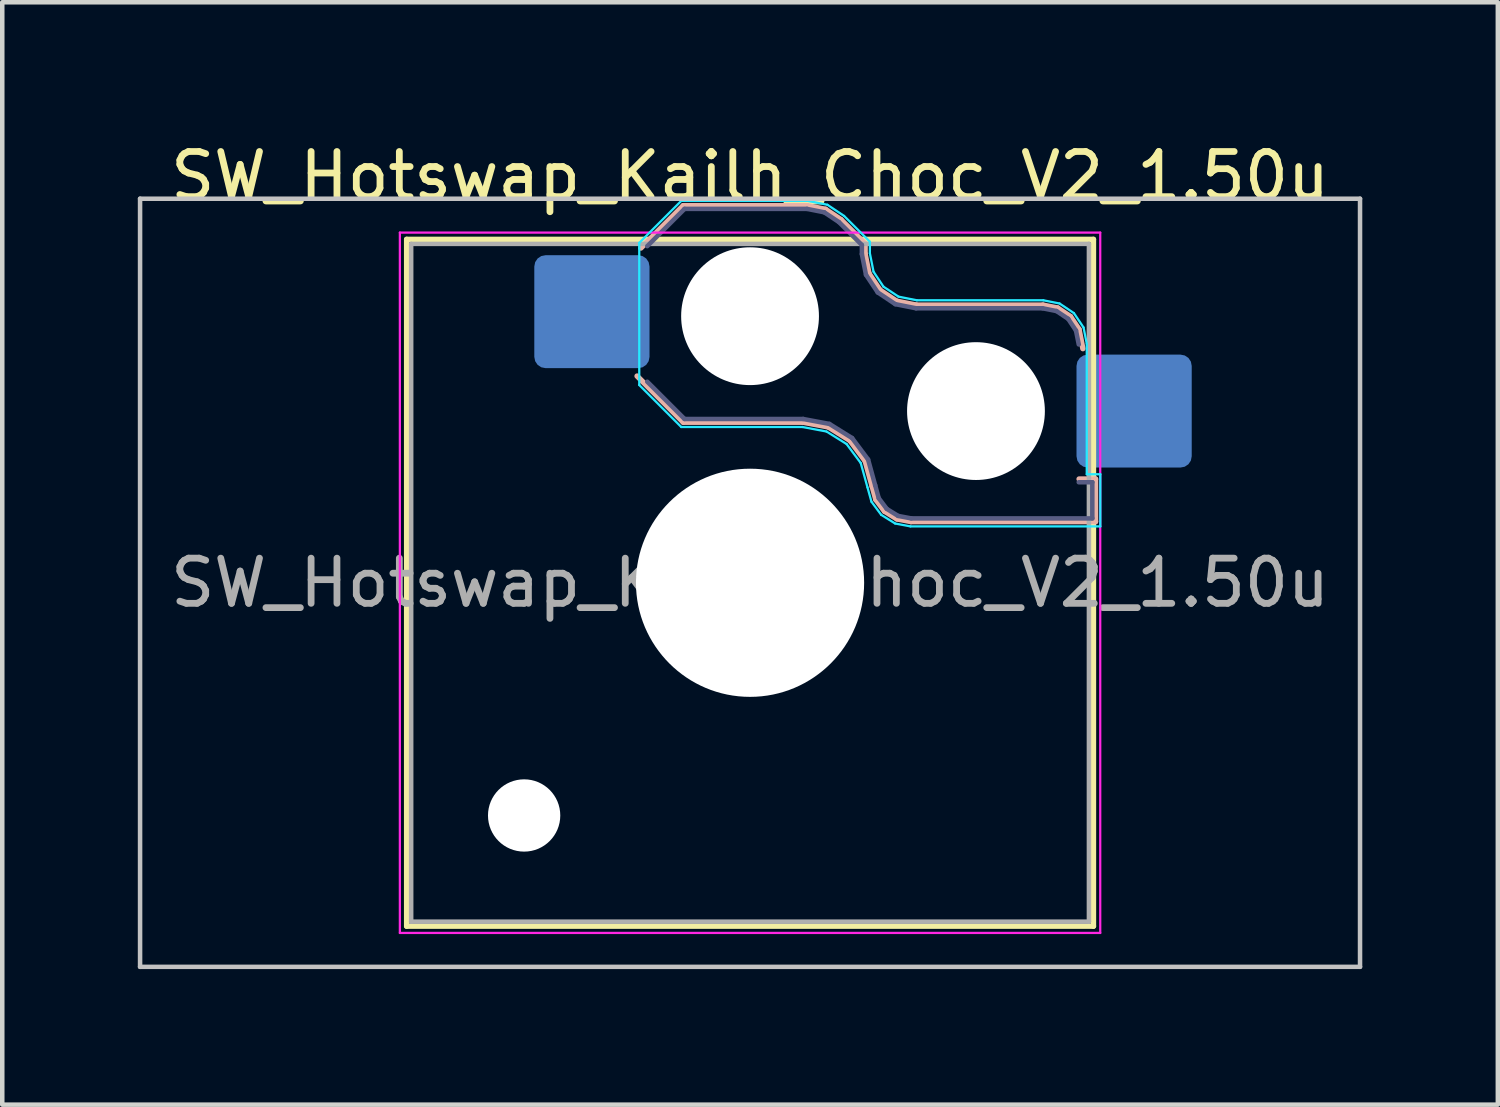
<source format=kicad_pcb>
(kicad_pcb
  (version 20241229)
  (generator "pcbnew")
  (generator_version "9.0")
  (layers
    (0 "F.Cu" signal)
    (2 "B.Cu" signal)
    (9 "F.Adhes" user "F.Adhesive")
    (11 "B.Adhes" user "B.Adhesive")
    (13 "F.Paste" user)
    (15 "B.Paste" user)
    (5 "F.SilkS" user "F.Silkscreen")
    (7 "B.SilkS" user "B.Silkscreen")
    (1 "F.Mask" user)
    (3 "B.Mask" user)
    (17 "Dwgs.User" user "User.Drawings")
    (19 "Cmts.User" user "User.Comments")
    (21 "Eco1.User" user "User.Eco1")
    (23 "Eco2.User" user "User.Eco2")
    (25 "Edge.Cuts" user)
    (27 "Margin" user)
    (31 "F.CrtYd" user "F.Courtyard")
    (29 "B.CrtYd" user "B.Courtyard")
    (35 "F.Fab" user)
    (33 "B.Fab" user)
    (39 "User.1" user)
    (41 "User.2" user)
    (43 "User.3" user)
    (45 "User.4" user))
  (footprint "SW_Hotswap_Kailh_Choc_V2_1.50u"
    (layer "F.Cu")
    (at 13.55 9.848)
    (property "Reference" "SW_Hotswap_Kailh_Choc_V2_1.50u" (at 0 -9 0) (layer "F.SilkS") (effects (font (size 1 1) (thickness 0.15))))
    (attr smd)
    (fp_line (start -7.6 -7.6) (end -7.6 7.6) (stroke (width 0.12) (type solid)) (layer "F.SilkS"))
    (fp_line (start -7.6 7.6) (end 7.6 7.6) (stroke (width 0.12) (type solid)) (layer "F.SilkS"))
    (fp_line (start 7.6 -7.6) (end -7.6 -7.6) (stroke (width 0.12) (type solid)) (layer "F.SilkS"))
    (fp_line (start 7.6 7.6) (end 7.6 -7.6) (stroke (width 0.12) (type solid)) (layer "F.SilkS"))
    (fp_line (start -2.416 -7.409) (end -1.479 -8.346) (stroke (width 0.12) (type solid)) (layer "B.SilkS"))
    (fp_line (start -1.479 -8.346) (end 1.268 -8.346) (stroke (width 0.12) (type solid)) (layer "B.SilkS"))
    (fp_line (start -1.479 -3.554) (end -2.5 -4.575) (stroke (width 0.12) (type solid)) (layer "B.SilkS"))
    (fp_line (start 1.168 -3.554) (end -1.479 -3.554) (stroke (width 0.12) (type solid)) (layer "B.SilkS"))
    (fp_line (start 1.268 -8.346) (end 1.671 -8.266) (stroke (width 0.12) (type solid)) (layer "B.SilkS"))
    (fp_line (start 1.671 -8.266) (end 2.013 -8.037) (stroke (width 0.12) (type solid)) (layer "B.SilkS"))
    (fp_line (start 1.73 -3.449) (end 1.168 -3.554) (stroke (width 0.12) (type solid)) (layer "B.SilkS"))
    (fp_line (start 2.013 -8.037) (end 2.546 -7.504) (stroke (width 0.12) (type solid)) (layer "B.SilkS"))
    (fp_line (start 2.209 -3.15) (end 1.73 -3.449) (stroke (width 0.12) (type solid)) (layer "B.SilkS"))
    (fp_line (start 2.546 -7.504) (end 2.546 -7.282) (stroke (width 0.12) (type solid)) (layer "B.SilkS"))
    (fp_line (start 2.546 -7.282) (end 2.633 -6.844) (stroke (width 0.12) (type solid)) (layer "B.SilkS"))
    (fp_line (start 2.547 -2.697) (end 2.209 -3.15) (stroke (width 0.12) (type solid)) (layer "B.SilkS"))
    (fp_line (start 2.633 -6.844) (end 2.877 -6.477) (stroke (width 0.12) (type solid)) (layer "B.SilkS"))
    (fp_line (start 2.701 -2.139) (end 2.547 -2.697) (stroke (width 0.12) (type solid)) (layer "B.SilkS"))
    (fp_line (start 2.783 -1.841) (end 2.701 -2.139) (stroke (width 0.12) (type solid)) (layer "B.SilkS"))
    (fp_line (start 2.877 -6.477) (end 3.244 -6.233) (stroke (width 0.12) (type solid)) (layer "B.SilkS"))
    (fp_line (start 2.976 -1.583) (end 2.783 -1.841) (stroke (width 0.12) (type solid)) (layer "B.SilkS"))
    (fp_line (start 3.244 -6.233) (end 3.682 -6.146) (stroke (width 0.12) (type solid)) (layer "B.SilkS"))
    (fp_line (start 3.25 -1.413) (end 2.976 -1.583) (stroke (width 0.12) (type solid)) (layer "B.SilkS"))
    (fp_line (start 3.56 -1.354) (end 3.25 -1.413) (stroke (width 0.12) (type solid)) (layer "B.SilkS"))
    (fp_line (start 3.682 -6.146) (end 6.482 -6.146) (stroke (width 0.12) (type solid)) (layer "B.SilkS"))
    (fp_line (start 6.482 -6.146) (end 6.809 -6.081) (stroke (width 0.12) (type solid)) (layer "B.SilkS"))
    (fp_line (start 6.809 -6.081) (end 7.092 -5.892) (stroke (width 0.12) (type solid)) (layer "B.SilkS"))
    (fp_line (start 7.092 -5.892) (end 7.281 -5.609) (stroke (width 0.12) (type solid)) (layer "B.SilkS"))
    (fp_line (start 7.281 -5.609) (end 7.366 -5.182) (stroke (width 0.12) (type solid)) (layer "B.SilkS"))
    (fp_line (start 7.283 -2.296) (end 7.646 -2.296) (stroke (width 0.12) (type solid)) (layer "B.SilkS"))
    (fp_line (start 7.646 -2.296) (end 7.646 -1.354) (stroke (width 0.12) (type solid)) (layer "B.SilkS"))
    (fp_line (start 7.646 -1.354) (end 3.56 -1.354) (stroke (width 0.12) (type solid)) (layer "B.SilkS"))
    (fp_line (start -13.5 -8.5) (end -13.5 8.5) (stroke (width 0.1) (type solid)) (layer "Dwgs.User"))
    (fp_line (start -13.5 8.5) (end 13.5 8.5) (stroke (width 0.1) (type solid)) (layer "Dwgs.User"))
    (fp_line (start 13.5 -8.5) (end -13.5 -8.5) (stroke (width 0.1) (type solid)) (layer "Dwgs.User"))
    (fp_line (start 13.5 8.5) (end 13.5 -8.5) (stroke (width 0.1) (type solid)) (layer "Dwgs.User"))
    (fp_line (start -7.25 -7.25) (end -7.25 7.25) (stroke (width 0.1) (type solid)) (layer "Eco1.User"))
    (fp_line (start -7.25 7.25) (end 7.25 7.25) (stroke (width 0.1) (type solid)) (layer "Eco1.User"))
    (fp_line (start 7.25 -7.25) (end -7.25 -7.25) (stroke (width 0.1) (type solid)) (layer "Eco1.User"))
    (fp_line (start 7.25 7.25) (end 7.25 -7.25) (stroke (width 0.1) (type solid)) (layer "Eco1.User"))
    (fp_line (start -2.452 -7.523) (end -1.523 -8.452) (stroke (width 0.05) (type solid)) (layer "B.CrtYd"))
    (fp_line (start -2.452 -4.377) (end -2.452 -7.523) (stroke (width 0.05) (type solid)) (layer "B.CrtYd"))
    (fp_line (start -1.523 -8.452) (end 1.278 -8.452) (stroke (width 0.05) (type solid)) (layer "B.CrtYd"))
    (fp_line (start -1.523 -3.448) (end -2.452 -4.377) (stroke (width 0.05) (type solid)) (layer "B.CrtYd"))
    (fp_line (start 1.159 -3.448) (end -1.523 -3.448) (stroke (width 0.05) (type solid)) (layer "B.CrtYd"))
    (fp_line (start 1.278 -8.452) (end 1.712 -8.366) (stroke (width 0.05) (type solid)) (layer "B.CrtYd"))
    (fp_line (start 1.691 -3.348) (end 1.159 -3.448) (stroke (width 0.05) (type solid)) (layer "B.CrtYd"))
    (fp_line (start 1.712 -8.366) (end 2.081 -8.119) (stroke (width 0.05) (type solid)) (layer "B.CrtYd"))
    (fp_line (start 2.081 -8.119) (end 2.652 -7.548) (stroke (width 0.05) (type solid)) (layer "B.CrtYd"))
    (fp_line (start 2.136 -3.071) (end 1.691 -3.348) (stroke (width 0.05) (type solid)) (layer "B.CrtYd"))
    (fp_line (start 2.45 -2.65) (end 2.136 -3.071) (stroke (width 0.05) (type solid)) (layer "B.CrtYd"))
    (fp_line (start 2.599 -2.111) (end 2.45 -2.65) (stroke (width 0.05) (type solid)) (layer "B.CrtYd"))
    (fp_line (start 2.652 -7.548) (end 2.652 -7.292) (stroke (width 0.05) (type solid)) (layer "B.CrtYd"))
    (fp_line (start 2.652 -7.292) (end 2.733 -6.885) (stroke (width 0.05) (type solid)) (layer "B.CrtYd"))
    (fp_line (start 2.687 -1.794) (end 2.599 -2.111) (stroke (width 0.05) (type solid)) (layer "B.CrtYd"))
    (fp_line (start 2.733 -6.885) (end 2.953 -6.553) (stroke (width 0.05) (type solid)) (layer "B.CrtYd"))
    (fp_line (start 2.903 -1.503) (end 2.687 -1.794) (stroke (width 0.05) (type solid)) (layer "B.CrtYd"))
    (fp_line (start 2.953 -6.553) (end 3.285 -6.333) (stroke (width 0.05) (type solid)) (layer "B.CrtYd"))
    (fp_line (start 3.211 -1.312) (end 2.903 -1.503) (stroke (width 0.05) (type solid)) (layer "B.CrtYd"))
    (fp_line (start 3.285 -6.333) (end 3.692 -6.252) (stroke (width 0.05) (type solid)) (layer "B.CrtYd"))
    (fp_line (start 3.55 -1.248) (end 3.211 -1.312) (stroke (width 0.05) (type solid)) (layer "B.CrtYd"))
    (fp_line (start 3.692 -6.252) (end 6.492 -6.252) (stroke (width 0.05) (type solid)) (layer "B.CrtYd"))
    (fp_line (start 6.492 -6.252) (end 6.85 -6.181) (stroke (width 0.05) (type solid)) (layer "B.CrtYd"))
    (fp_line (start 6.85 -6.181) (end 7.168 -5.968) (stroke (width 0.05) (type solid)) (layer "B.CrtYd"))
    (fp_line (start 7.168 -5.968) (end 7.381 -5.65) (stroke (width 0.05) (type solid)) (layer "B.CrtYd"))
    (fp_line (start 7.381 -5.65) (end 7.452 -5.292) (stroke (width 0.05) (type solid)) (layer "B.CrtYd"))
    (fp_line (start 7.452 -5.292) (end 7.452 -2.402) (stroke (width 0.05) (type solid)) (layer "B.CrtYd"))
    (fp_line (start 7.452 -2.402) (end 7.752 -2.402) (stroke (width 0.05) (type solid)) (layer "B.CrtYd"))
    (fp_line (start 7.752 -2.402) (end 7.752 -1.248) (stroke (width 0.05) (type solid)) (layer "B.CrtYd"))
    (fp_line (start 7.752 -1.248) (end 3.55 -1.248) (stroke (width 0.05) (type solid)) (layer "B.CrtYd"))
    (fp_line (start -7.75 -7.75) (end -7.75 7.75) (stroke (width 0.05) (type solid)) (layer "F.CrtYd"))
    (fp_line (start -7.75 7.75) (end 7.75 7.75) (stroke (width 0.05) (type solid)) (layer "F.CrtYd"))
    (fp_line (start 7.75 -7.75) (end -7.75 -7.75) (stroke (width 0.05) (type solid)) (layer "F.CrtYd"))
    (fp_line (start 7.75 7.75) (end 7.75 -7.75) (stroke (width 0.05) (type solid)) (layer "F.CrtYd"))
    (fp_line (start -2.275 -7.45) (end -1.45 -8.275) (stroke (width 0.1) (type solid)) (layer "B.Fab"))
    (fp_line (start -1.45 -8.275) (end 1.261 -8.275) (stroke (width 0.1) (type solid)) (layer "B.Fab"))
    (fp_line (start -1.45 -3.625) (end -2.275 -4.45) (stroke (width 0.1) (type solid)) (layer "B.Fab"))
    (fp_line (start 1.175 -3.625) (end -1.45 -3.625) (stroke (width 0.1) (type solid)) (layer "B.Fab"))
    (fp_line (start 1.261 -8.275) (end 1.643 -8.199) (stroke (width 0.1) (type solid)) (layer "B.Fab"))
    (fp_line (start 1.643 -8.199) (end 1.968 -7.982) (stroke (width 0.1) (type solid)) (layer "B.Fab"))
    (fp_line (start 1.756 -3.516) (end 1.175 -3.625) (stroke (width 0.1) (type solid)) (layer "B.Fab"))
    (fp_line (start 1.968 -7.982) (end 2.475 -7.475) (stroke (width 0.1) (type solid)) (layer "B.Fab"))
    (fp_line (start 2.258 -3.203) (end 1.756 -3.516) (stroke (width 0.1) (type solid)) (layer "B.Fab"))
    (fp_line (start 2.475 -7.475) (end 2.475 -7.275) (stroke (width 0.1) (type solid)) (layer "B.Fab"))
    (fp_line (start 2.475 -7.275) (end 2.566 -6.816) (stroke (width 0.1) (type solid)) (layer "B.Fab"))
    (fp_line (start 2.566 -6.816) (end 2.826 -6.426) (stroke (width 0.1) (type solid)) (layer "B.Fab"))
    (fp_line (start 2.612 -2.729) (end 2.258 -3.203) (stroke (width 0.1) (type solid)) (layer "B.Fab"))
    (fp_line (start 2.769 -2.158) (end 2.612 -2.729) (stroke (width 0.1) (type solid)) (layer "B.Fab"))
    (fp_line (start 2.826 -6.426) (end 3.216 -6.166) (stroke (width 0.1) (type solid)) (layer "B.Fab"))
    (fp_line (start 2.848 -1.873) (end 2.769 -2.158) (stroke (width 0.1) (type solid)) (layer "B.Fab"))
    (fp_line (start 3.025 -1.636) (end 2.848 -1.873) (stroke (width 0.1) (type solid)) (layer "B.Fab"))
    (fp_line (start 3.216 -6.166) (end 3.675 -6.075) (stroke (width 0.1) (type solid)) (layer "B.Fab"))
    (fp_line (start 3.276 -1.48) (end 3.025 -1.636) (stroke (width 0.1) (type solid)) (layer "B.Fab"))
    (fp_line (start 3.567 -1.425) (end 3.276 -1.48) (stroke (width 0.1) (type solid)) (layer "B.Fab"))
    (fp_line (start 3.675 -6.075) (end 6.475 -6.075) (stroke (width 0.1) (type solid)) (layer "B.Fab"))
    (fp_line (start 6.475 -6.075) (end 6.781 -6.014) (stroke (width 0.1) (type solid)) (layer "B.Fab"))
    (fp_line (start 6.781 -6.014) (end 7.041 -5.841) (stroke (width 0.1) (type solid)) (layer "B.Fab"))
    (fp_line (start 7.041 -5.841) (end 7.214 -5.581) (stroke (width 0.1) (type solid)) (layer "B.Fab"))
    (fp_line (start 7.214 -5.581) (end 7.275 -5.275) (stroke (width 0.1) (type solid)) (layer "B.Fab"))
    (fp_line (start 7.275 -2.225) (end 7.575 -2.225) (stroke (width 0.1) (type solid)) (layer "B.Fab"))
    (fp_line (start 7.575 -2.225) (end 7.575 -1.425) (stroke (width 0.1) (type solid)) (layer "B.Fab"))
    (fp_line (start 7.575 -1.425) (end 3.567 -1.425) (stroke (width 0.1) (type solid)) (layer "B.Fab"))
    (fp_line (start -7.5 -7.5) (end -7.5 7.5) (stroke (width 0.1) (type solid)) (layer "F.Fab"))
    (fp_line (start -7.5 7.5) (end 7.5 7.5) (stroke (width 0.1) (type solid)) (layer "F.Fab"))
    (fp_line (start 7.5 -7.5) (end -7.5 -7.5) (stroke (width 0.1) (type solid)) (layer "F.Fab"))
    (fp_line (start 7.5 7.5) (end 7.5 -7.5) (stroke (width 0.1) (type solid)) (layer "F.Fab"))
    (fp_text user "${REFERENCE}" (at 0 0 0) (layer "F.Fab") (effects (font (size 1 1) (thickness 0.15))))
    (pad "" np_thru_hole circle (at -5 5.15) (size 1.6 1.6) (drill 1.6) (layers "*.Cu" "*.Mask"))
    (pad "" np_thru_hole circle (at 0 -5.9) (size 3.05 3.05) (drill 3.05) (layers "*.Cu" "*.Mask"))
    (pad "" np_thru_hole circle (at 0 0) (size 5.05 5.05) (drill 5.05) (layers "*.Cu" "*.Mask"))
    (pad "" np_thru_hole circle (at 5 -3.8) (size 3.05 3.05) (drill 3.05) (layers "*.Cu" "*.Mask"))
    (pad "1" smd roundrect (at -3.5 -6) (size 2.55 2.5) (layers "B.Cu" "B.Mask" "B.Paste") (roundrect_rratio 0.1))
    (pad "2" smd roundrect (at 8.5 -3.8) (size 2.55 2.5) (layers "B.Cu" "B.Mask" "B.Paste") (roundrect_rratio 0.1)))
  (gr_rect
    (start -3 -3)
    (end 30.1 21.398)
    (stroke (width 0.1) (type default))
    (fill no)
    (layer "Edge.Cuts")))
</source>
